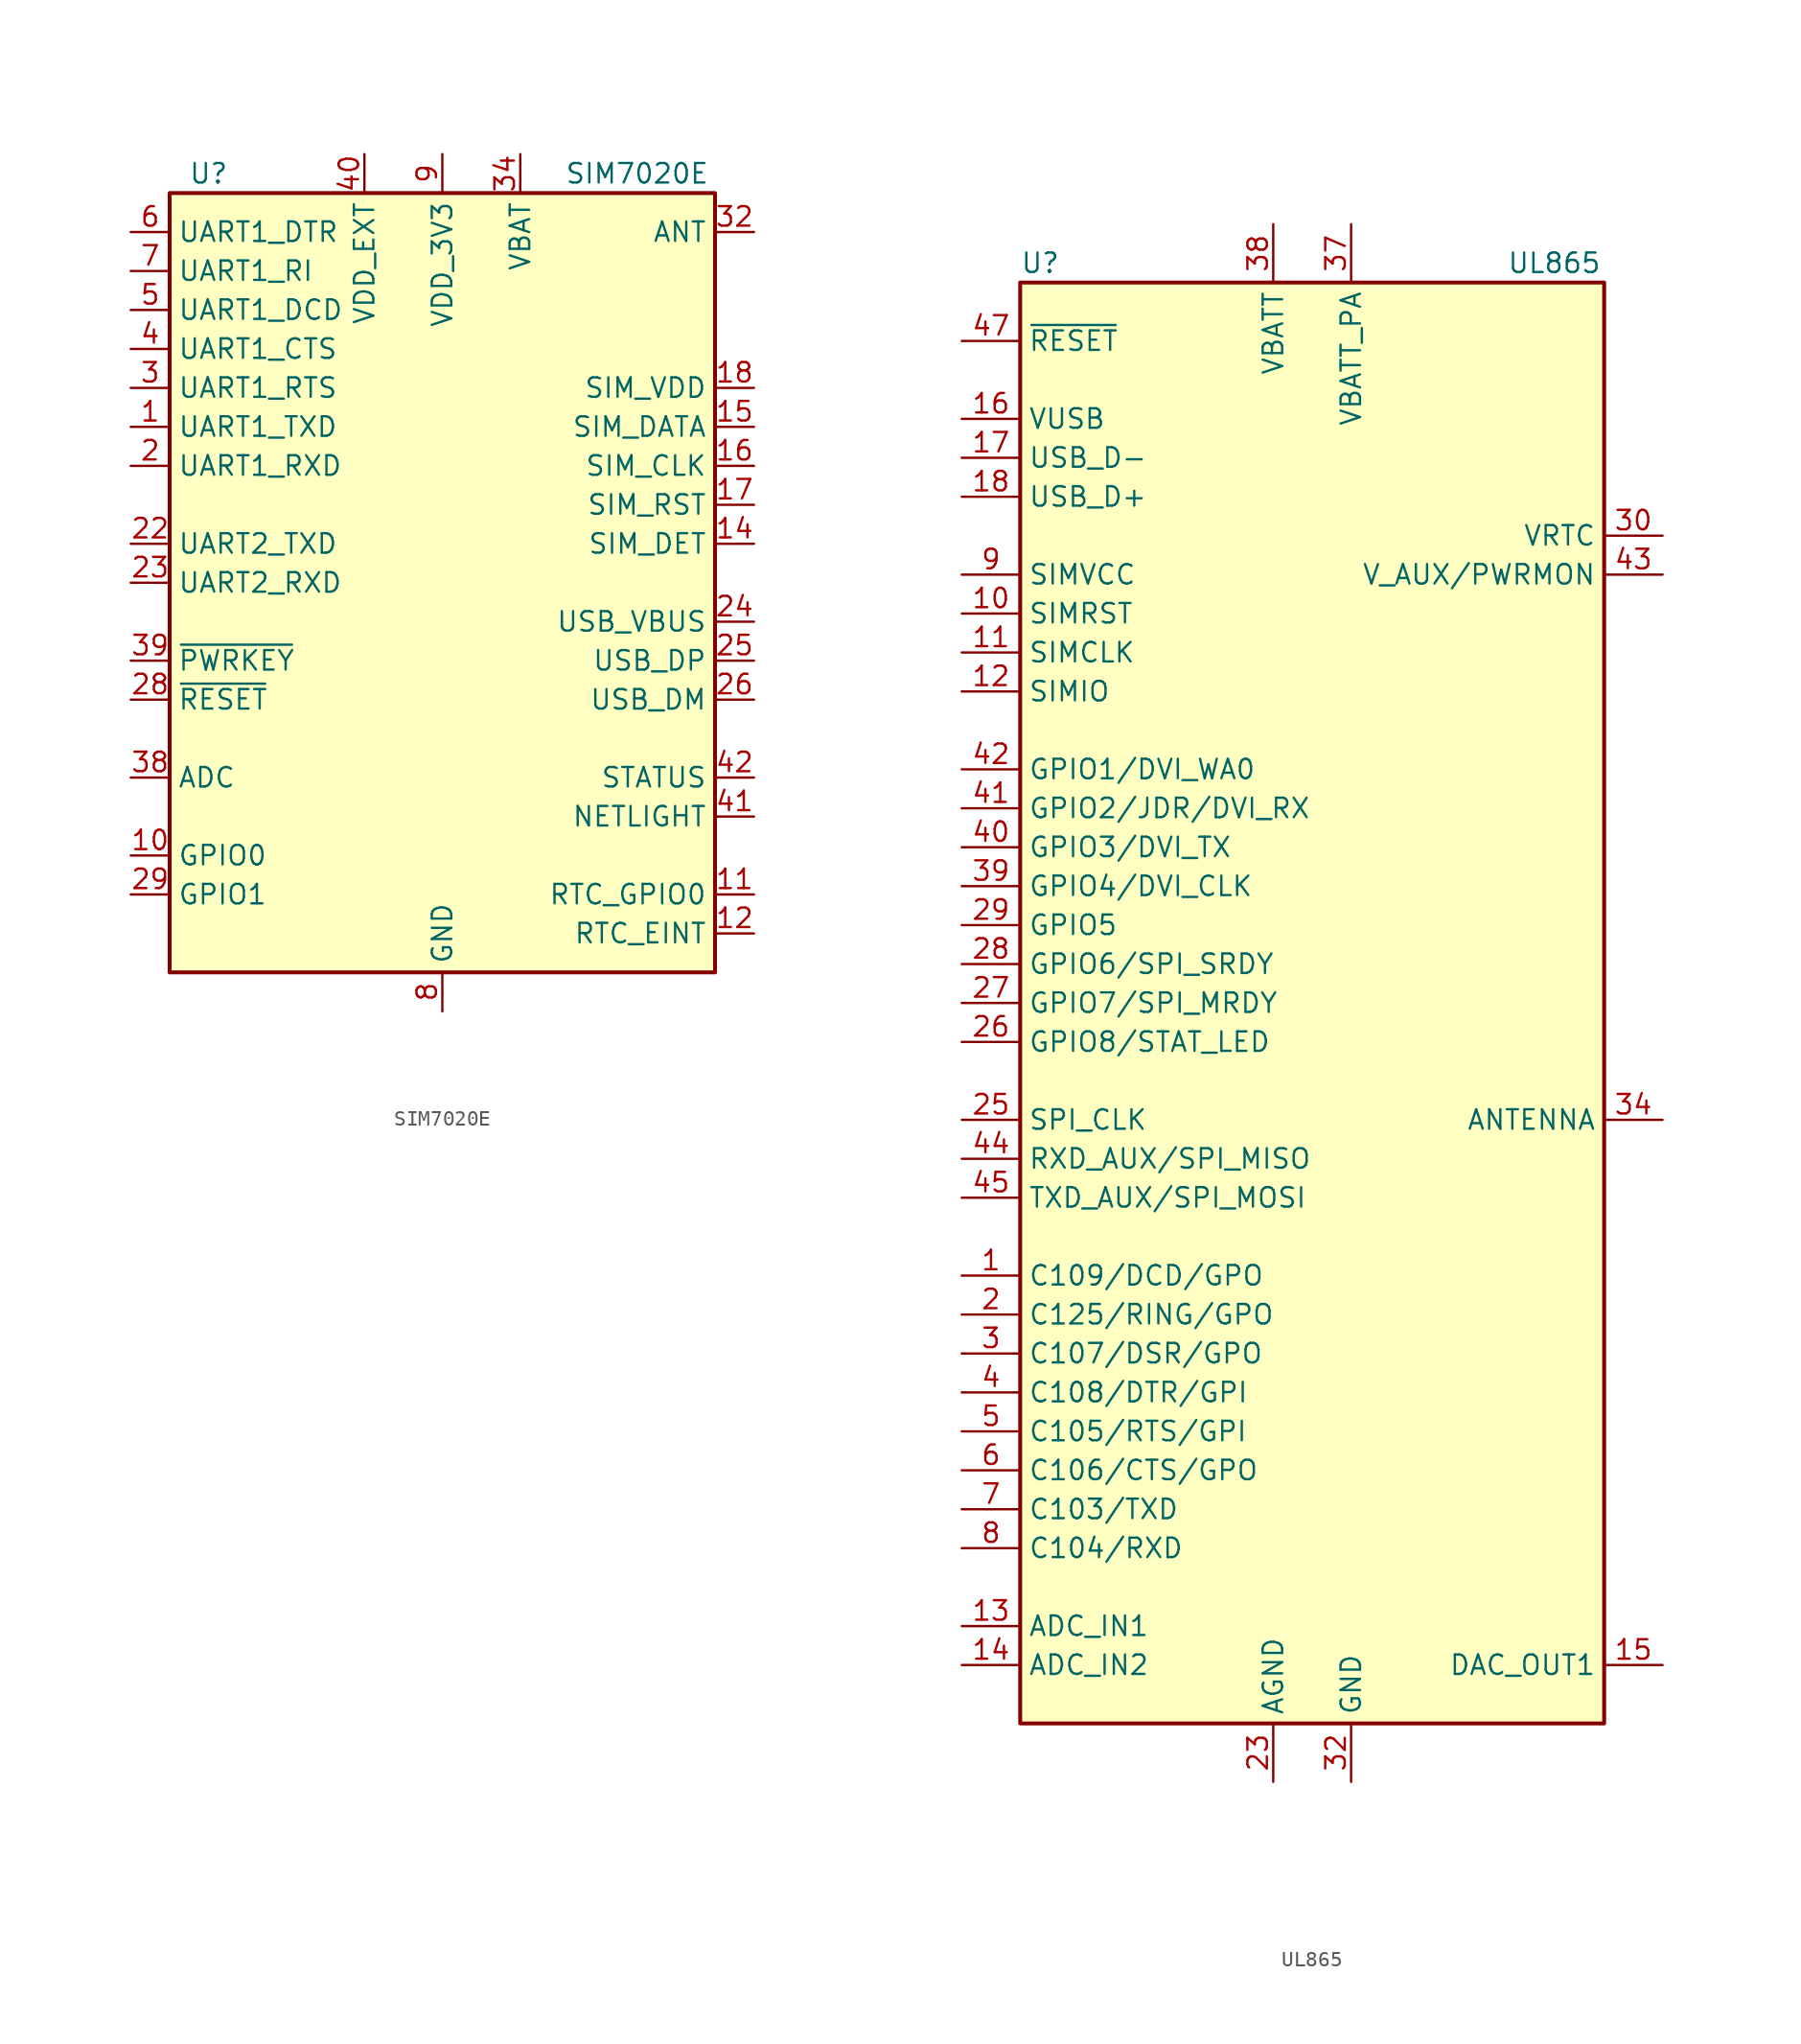
<source format=kicad_sym>
(kicad_symbol_lib
  (version 20220914)
  (generator kicad_symbol_editor)
  (symbol "SIM7020E"
    (property "Reference" "U"
      (at -15.24 26.67 0)
      (effects (font (size 1.27 1.27))))
    (property "Value" "SIM7020E"
      (at 12.7 26.67 0)
      (effects (font (size 1.27 1.27))))
    (symbol "SIM7020E_0_1"
      (rectangle (start -17.78 25.4) (end 17.78 -25.4) (stroke (width 0.254) (type default)) (fill (type background))))
    (symbol "SIM7020E_1_1"
      (pin output line (at -20.32 10.16 0) (length 2.54) (name "UART1_TXD" (effects (font (size 1.27 1.27)))) (number "1" (effects (font (size 1.27 1.27)))))
      (pin bidirectional line (at -20.32 -17.78 0) (length 2.54) (name "GPIO0" (effects (font (size 1.27 1.27)))) (number "10" (effects (font (size 1.27 1.27)))))
      (pin output line (at 20.32 -20.32 180) (length 2.54) (name "RTC_GPIO0" (effects (font (size 1.27 1.27)))) (number "11" (effects (font (size 1.27 1.27)))))
      (pin input line (at 20.32 -22.86 180) (length 2.54) (name "RTC_EINT" (effects (font (size 1.27 1.27)))) (number "12" (effects (font (size 1.27 1.27)))))
      (pin passive line (at 0 -27.94 90) (length 2.54) hide (name "GND" (effects (font (size 1.27 1.27)))) (number "13" (effects (font (size 1.27 1.27)))))
      (pin input line (at 20.32 2.54 180) (length 2.54) (name "SIM_DET" (effects (font (size 1.27 1.27)))) (number "14" (effects (font (size 1.27 1.27)))))
      (pin bidirectional line (at 20.32 10.16 180) (length 2.54) (name "SIM_DATA" (effects (font (size 1.27 1.27)))) (number "15" (effects (font (size 1.27 1.27)))))
      (pin output line (at 20.32 7.62 180) (length 2.54) (name "SIM_CLK" (effects (font (size 1.27 1.27)))) (number "16" (effects (font (size 1.27 1.27)))))
      (pin output line (at 20.32 5.08 180) (length 2.54) (name "SIM_RST" (effects (font (size 1.27 1.27)))) (number "17" (effects (font (size 1.27 1.27)))))
      (pin power_out line (at 20.32 12.7 180) (length 2.54) (name "SIM_VDD" (effects (font (size 1.27 1.27)))) (number "18" (effects (font (size 1.27 1.27)))))
      (pin passive line (at 0 -27.94 90) (length 2.54) hide (name "GND" (effects (font (size 1.27 1.27)))) (number "19" (effects (font (size 1.27 1.27)))))
      (pin input line (at -20.32 7.62 0) (length 2.54) (name "UART1_RXD" (effects (font (size 1.27 1.27)))) (number "2" (effects (font (size 1.27 1.27)))))
      (pin no_connect line (at 17.78 17.78 180) (length 2.54) hide (name "NC" (effects (font (size 1.27 1.27)))) (number "20" (effects (font (size 1.27 1.27)))))
      (pin passive line (at 0 -27.94 90) (length 2.54) hide (name "GND" (effects (font (size 1.27 1.27)))) (number "21" (effects (font (size 1.27 1.27)))))
      (pin output line (at -20.32 2.54 0) (length 2.54) (name "UART2_TXD" (effects (font (size 1.27 1.27)))) (number "22" (effects (font (size 1.27 1.27)))))
      (pin input line (at -20.32 0 0) (length 2.54) (name "UART2_RXD" (effects (font (size 1.27 1.27)))) (number "23" (effects (font (size 1.27 1.27)))))
      (pin input line (at 20.32 -2.54 180) (length 2.54) (name "USB_VBUS" (effects (font (size 1.27 1.27)))) (number "24" (effects (font (size 1.27 1.27)))))
      (pin bidirectional line (at 20.32 -5.08 180) (length 2.54) (name "USB_DP" (effects (font (size 1.27 1.27)))) (number "25" (effects (font (size 1.27 1.27)))))
      (pin bidirectional line (at 20.32 -7.62 180) (length 2.54) (name "USB_DM" (effects (font (size 1.27 1.27)))) (number "26" (effects (font (size 1.27 1.27)))))
      (pin passive line (at 0 -27.94 90) (length 2.54) hide (name "GND" (effects (font (size 1.27 1.27)))) (number "27" (effects (font (size 1.27 1.27)))))
      (pin input line (at -20.32 -7.62 0) (length 2.54) (name "~{RESET}" (effects (font (size 1.27 1.27)))) (number "28" (effects (font (size 1.27 1.27)))))
      (pin bidirectional line (at -20.32 -20.32 0) (length 2.54) (name "GPIO1" (effects (font (size 1.27 1.27)))) (number "29" (effects (font (size 1.27 1.27)))))
      (pin input line (at -20.32 12.7 0) (length 2.54) (name "UART1_RTS" (effects (font (size 1.27 1.27)))) (number "3" (effects (font (size 1.27 1.27)))))
      (pin passive line (at 0 -27.94 90) (length 2.54) hide (name "GND" (effects (font (size 1.27 1.27)))) (number "30" (effects (font (size 1.27 1.27)))))
      (pin passive line (at 0 -27.94 90) (length 2.54) hide (name "GND" (effects (font (size 1.27 1.27)))) (number "31" (effects (font (size 1.27 1.27)))))
      (pin passive line (at 20.32 22.86 180) (length 2.54) (name "ANT" (effects (font (size 1.27 1.27)))) (number "32" (effects (font (size 1.27 1.27)))))
      (pin passive line (at 0 -27.94 90) (length 2.54) hide (name "GND" (effects (font (size 1.27 1.27)))) (number "33" (effects (font (size 1.27 1.27)))))
      (pin power_in line (at 5.08 27.94 270) (length 2.54) (name "VBAT" (effects (font (size 1.27 1.27)))) (number "34" (effects (font (size 1.27 1.27)))))
      (pin passive line (at 5.08 27.94 270) (length 2.54) hide (name "VBAT" (effects (font (size 1.27 1.27)))) (number "35" (effects (font (size 1.27 1.27)))))
      (pin passive line (at 0 -27.94 90) (length 2.54) hide (name "GND" (effects (font (size 1.27 1.27)))) (number "36" (effects (font (size 1.27 1.27)))))
      (pin passive line (at 0 -27.94 90) (length 2.54) hide (name "GND" (effects (font (size 1.27 1.27)))) (number "37" (effects (font (size 1.27 1.27)))))
      (pin input line (at -20.32 -12.7 0) (length 2.54) (name "ADC" (effects (font (size 1.27 1.27)))) (number "38" (effects (font (size 1.27 1.27)))))
      (pin input line (at -20.32 -5.08 0) (length 2.54) (name "~{PWRKEY}" (effects (font (size 1.27 1.27)))) (number "39" (effects (font (size 1.27 1.27)))))
      (pin output line (at -20.32 15.24 0) (length 2.54) (name "UART1_CTS" (effects (font (size 1.27 1.27)))) (number "4" (effects (font (size 1.27 1.27)))))
      (pin power_out line (at -5.08 27.94 270) (length 2.54) (name "VDD_EXT" (effects (font (size 1.27 1.27)))) (number "40" (effects (font (size 1.27 1.27)))))
      (pin output line (at 20.32 -15.24 180) (length 2.54) (name "NETLIGHT" (effects (font (size 1.27 1.27)))) (number "41" (effects (font (size 1.27 1.27)))))
      (pin output line (at 20.32 -12.7 180) (length 2.54) (name "STATUS" (effects (font (size 1.27 1.27)))) (number "42" (effects (font (size 1.27 1.27)))))
      (pin output line (at -20.32 17.78 0) (length 2.54) (name "UART1_DCD" (effects (font (size 1.27 1.27)))) (number "5" (effects (font (size 1.27 1.27)))))
      (pin input line (at -20.32 22.86 0) (length 2.54) (name "UART1_DTR" (effects (font (size 1.27 1.27)))) (number "6" (effects (font (size 1.27 1.27)))))
      (pin output line (at -20.32 20.32 0) (length 2.54) (name "UART1_RI" (effects (font (size 1.27 1.27)))) (number "7" (effects (font (size 1.27 1.27)))))
      (pin power_in line (at 0 -27.94 90) (length 2.54) (name "GND" (effects (font (size 1.27 1.27)))) (number "8" (effects (font (size 1.27 1.27)))))
      (pin power_out line (at 0 27.94 270) (length 2.54) (name "VDD_3V3" (effects (font (size 1.27 1.27)))) (number "9" (effects (font (size 1.27 1.27)))))))
  (symbol "UL865"
    (property "Reference" "U"
      (at -19.05 43.18 0)
      (effects (font (size 1.27 1.27)) (justify left)))
    (property "Value" "UL865"
      (at 12.7 43.18 0)
      (effects (font (size 1.27 1.27)) (justify left)))
    (symbol "UL865_0_1"
      (rectangle (start -19.05 41.91) (end 19.05 -52.07) (stroke (width 0.254) (type default)) (fill (type background))))
    (symbol "UL865_1_1"
      (pin output line (at -22.86 -22.86 0) (length 3.81) (name "C109/DCD/GPO" (effects (font (size 1.27 1.27)))) (number "1" (effects (font (size 1.27 1.27)))))
      (pin output line (at -22.86 20.32 0) (length 3.81) (name "SIMRST" (effects (font (size 1.27 1.27)))) (number "10" (effects (font (size 1.27 1.27)))))
      (pin output line (at -22.86 17.78 0) (length 3.81) (name "SIMCLK" (effects (font (size 1.27 1.27)))) (number "11" (effects (font (size 1.27 1.27)))))
      (pin bidirectional line (at -22.86 15.24 0) (length 3.81) (name "SIMIO" (effects (font (size 1.27 1.27)))) (number "12" (effects (font (size 1.27 1.27)))))
      (pin input line (at -22.86 -45.72 0) (length 3.81) (name "ADC_IN1" (effects (font (size 1.27 1.27)))) (number "13" (effects (font (size 1.27 1.27)))))
      (pin input line (at -22.86 -48.26 0) (length 3.81) (name "ADC_IN2" (effects (font (size 1.27 1.27)))) (number "14" (effects (font (size 1.27 1.27)))))
      (pin output line (at 22.86 -48.26 180) (length 3.81) (name "DAC_OUT1" (effects (font (size 1.27 1.27)))) (number "15" (effects (font (size 1.27 1.27)))))
      (pin input line (at -22.86 33.02 0) (length 3.81) (name "VUSB" (effects (font (size 1.27 1.27)))) (number "16" (effects (font (size 1.27 1.27)))))
      (pin bidirectional line (at -22.86 30.48 0) (length 3.81) (name "USB_D-" (effects (font (size 1.27 1.27)))) (number "17" (effects (font (size 1.27 1.27)))))
      (pin bidirectional line (at -22.86 27.94 0) (length 3.81) (name "USB_D+" (effects (font (size 1.27 1.27)))) (number "18" (effects (font (size 1.27 1.27)))))
      (pin no_connect line (at 19.05 -17.78 180) (length 3.81) hide (name "NC" (effects (font (size 1.27 1.27)))) (number "19" (effects (font (size 1.27 1.27)))))
      (pin output line (at -22.86 -25.4 0) (length 3.81) (name "C125/RING/GPO" (effects (font (size 1.27 1.27)))) (number "2" (effects (font (size 1.27 1.27)))))
      (pin no_connect line (at 19.05 -20.32 180) (length 3.81) hide (name "NC" (effects (font (size 1.27 1.27)))) (number "20" (effects (font (size 1.27 1.27)))))
      (pin no_connect line (at 19.05 -22.86 180) (length 3.81) hide (name "NC" (effects (font (size 1.27 1.27)))) (number "21" (effects (font (size 1.27 1.27)))))
      (pin no_connect line (at 19.05 -25.4 180) (length 3.81) hide (name "NC" (effects (font (size 1.27 1.27)))) (number "22" (effects (font (size 1.27 1.27)))))
      (pin power_in line (at -2.54 -55.88 90) (length 3.81) (name "AGND" (effects (font (size 1.27 1.27)))) (number "23" (effects (font (size 1.27 1.27)))))
      (pin no_connect line (at 19.05 -30.48 180) (length 3.81) hide (name "NC" (effects (font (size 1.27 1.27)))) (number "24" (effects (font (size 1.27 1.27)))))
      (pin bidirectional line (at -22.86 -12.7 0) (length 3.81) (name "SPI_CLK" (effects (font (size 1.27 1.27)))) (number "25" (effects (font (size 1.27 1.27)))))
      (pin bidirectional line (at -22.86 -7.62 0) (length 3.81) (name "GPIO8/STAT_LED" (effects (font (size 1.27 1.27)))) (number "26" (effects (font (size 1.27 1.27)))))
      (pin bidirectional line (at -22.86 -5.08 0) (length 3.81) (name "GPIO7/SPI_MRDY" (effects (font (size 1.27 1.27)))) (number "27" (effects (font (size 1.27 1.27)))))
      (pin bidirectional line (at -22.86 -2.54 0) (length 3.81) (name "GPIO6/SPI_SRDY" (effects (font (size 1.27 1.27)))) (number "28" (effects (font (size 1.27 1.27)))))
      (pin bidirectional line (at -22.86 0 0) (length 3.81) (name "GPIO5" (effects (font (size 1.27 1.27)))) (number "29" (effects (font (size 1.27 1.27)))))
      (pin output line (at -22.86 -27.94 0) (length 3.81) (name "C107/DSR/GPO" (effects (font (size 1.27 1.27)))) (number "3" (effects (font (size 1.27 1.27)))))
      (pin power_out line (at 22.86 25.4 180) (length 3.81) (name "VRTC" (effects (font (size 1.27 1.27)))) (number "30" (effects (font (size 1.27 1.27)))))
      (pin no_connect line (at 19.05 -33.02 180) (length 3.81) hide (name "NC" (effects (font (size 1.27 1.27)))) (number "31" (effects (font (size 1.27 1.27)))))
      (pin power_in line (at 2.54 -55.88 90) (length 3.81) (name "GND" (effects (font (size 1.27 1.27)))) (number "32" (effects (font (size 1.27 1.27)))))
      (pin passive line (at 2.54 -55.88 90) (length 3.81) hide (name "GND" (effects (font (size 1.27 1.27)))) (number "33" (effects (font (size 1.27 1.27)))))
      (pin bidirectional line (at 22.86 -12.7 180) (length 3.81) (name "ANTENNA" (effects (font (size 1.27 1.27)))) (number "34" (effects (font (size 1.27 1.27)))))
      (pin passive line (at 2.54 -55.88 90) (length 3.81) hide (name "GND" (effects (font (size 1.27 1.27)))) (number "35" (effects (font (size 1.27 1.27)))))
      (pin passive line (at 2.54 -55.88 90) (length 3.81) hide (name "GND" (effects (font (size 1.27 1.27)))) (number "36" (effects (font (size 1.27 1.27)))))
      (pin power_in line (at 2.54 45.72 270) (length 3.81) (name "VBATT_PA" (effects (font (size 1.27 1.27)))) (number "37" (effects (font (size 1.27 1.27)))))
      (pin power_in line (at -2.54 45.72 270) (length 3.81) (name "VBATT" (effects (font (size 1.27 1.27)))) (number "38" (effects (font (size 1.27 1.27)))))
      (pin bidirectional line (at -22.86 2.54 0) (length 3.81) (name "GPIO4/DVI_CLK" (effects (font (size 1.27 1.27)))) (number "39" (effects (font (size 1.27 1.27)))))
      (pin input line (at -22.86 -30.48 0) (length 3.81) (name "C108/DTR/GPI" (effects (font (size 1.27 1.27)))) (number "4" (effects (font (size 1.27 1.27)))))
      (pin bidirectional line (at -22.86 5.08 0) (length 3.81) (name "GPIO3/DVI_TX" (effects (font (size 1.27 1.27)))) (number "40" (effects (font (size 1.27 1.27)))))
      (pin bidirectional line (at -22.86 7.62 0) (length 3.81) (name "GPIO2/JDR/DVI_RX" (effects (font (size 1.27 1.27)))) (number "41" (effects (font (size 1.27 1.27)))))
      (pin bidirectional line (at -22.86 10.16 0) (length 3.81) (name "GPIO1/DVI_WA0" (effects (font (size 1.27 1.27)))) (number "42" (effects (font (size 1.27 1.27)))))
      (pin power_out line (at 22.86 22.86 180) (length 3.81) (name "V_AUX/PWRMON" (effects (font (size 1.27 1.27)))) (number "43" (effects (font (size 1.27 1.27)))))
      (pin bidirectional line (at -22.86 -15.24 0) (length 3.81) (name "RXD_AUX/SPI_MISO" (effects (font (size 1.27 1.27)))) (number "44" (effects (font (size 1.27 1.27)))))
      (pin bidirectional line (at -22.86 -17.78 0) (length 3.81) (name "TXD_AUX/SPI_MOSI" (effects (font (size 1.27 1.27)))) (number "45" (effects (font (size 1.27 1.27)))))
      (pin passive line (at 2.54 -55.88 90) (length 3.81) hide (name "GND" (effects (font (size 1.27 1.27)))) (number "46" (effects (font (size 1.27 1.27)))))
      (pin input line (at -22.86 38.1 0) (length 3.81) (name "~{RESET}" (effects (font (size 1.27 1.27)))) (number "47" (effects (font (size 1.27 1.27)))))
      (pin no_connect line (at 19.05 -35.56 180) (length 3.81) hide (name "NC" (effects (font (size 1.27 1.27)))) (number "48" (effects (font (size 1.27 1.27)))))
      (pin input line (at -22.86 -33.02 0) (length 3.81) (name "C105/RTS/GPI" (effects (font (size 1.27 1.27)))) (number "5" (effects (font (size 1.27 1.27)))))
      (pin output line (at -22.86 -35.56 0) (length 3.81) (name "C106/CTS/GPO" (effects (font (size 1.27 1.27)))) (number "6" (effects (font (size 1.27 1.27)))))
      (pin input line (at -22.86 -38.1 0) (length 3.81) (name "C103/TXD" (effects (font (size 1.27 1.27)))) (number "7" (effects (font (size 1.27 1.27)))))
      (pin output line (at -22.86 -40.64 0) (length 3.81) (name "C104/RXD" (effects (font (size 1.27 1.27)))) (number "8" (effects (font (size 1.27 1.27)))))
      (pin power_out line (at -22.86 22.86 0) (length 3.81) (name "SIMVCC" (effects (font (size 1.27 1.27)))) (number "9" (effects (font (size 1.27 1.27))))))))
</source>
